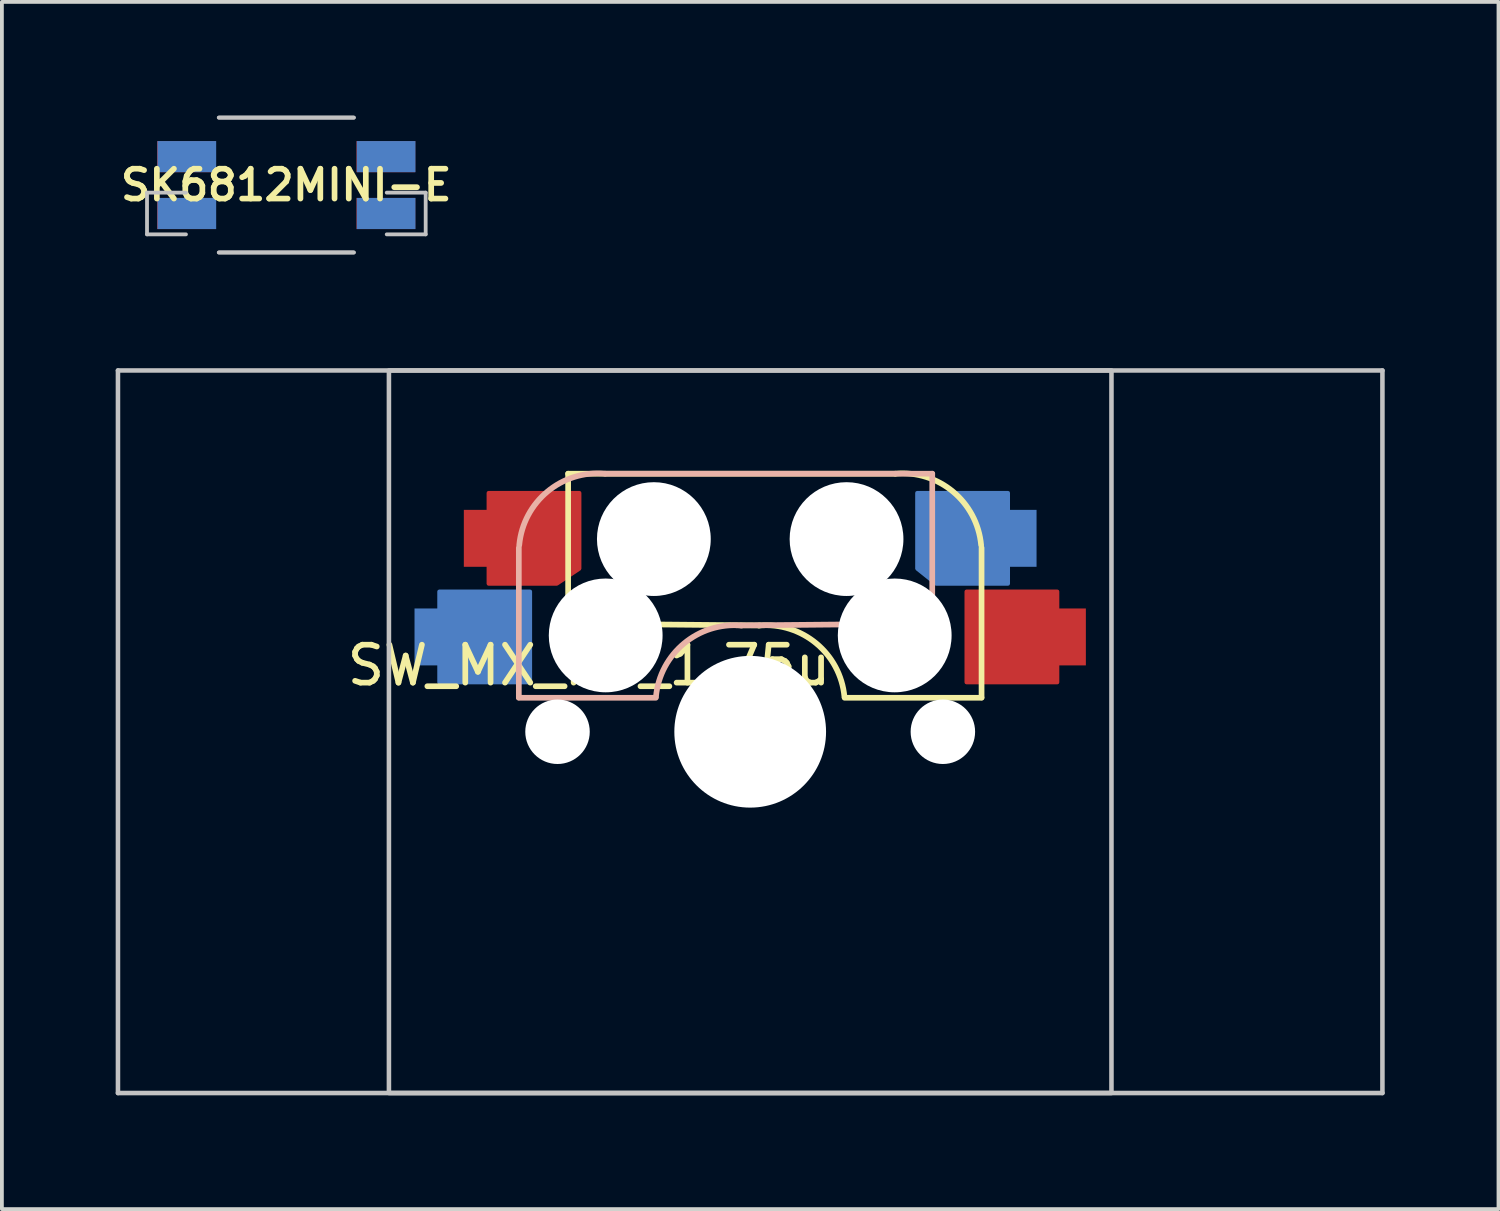
<source format=kicad_pcb>
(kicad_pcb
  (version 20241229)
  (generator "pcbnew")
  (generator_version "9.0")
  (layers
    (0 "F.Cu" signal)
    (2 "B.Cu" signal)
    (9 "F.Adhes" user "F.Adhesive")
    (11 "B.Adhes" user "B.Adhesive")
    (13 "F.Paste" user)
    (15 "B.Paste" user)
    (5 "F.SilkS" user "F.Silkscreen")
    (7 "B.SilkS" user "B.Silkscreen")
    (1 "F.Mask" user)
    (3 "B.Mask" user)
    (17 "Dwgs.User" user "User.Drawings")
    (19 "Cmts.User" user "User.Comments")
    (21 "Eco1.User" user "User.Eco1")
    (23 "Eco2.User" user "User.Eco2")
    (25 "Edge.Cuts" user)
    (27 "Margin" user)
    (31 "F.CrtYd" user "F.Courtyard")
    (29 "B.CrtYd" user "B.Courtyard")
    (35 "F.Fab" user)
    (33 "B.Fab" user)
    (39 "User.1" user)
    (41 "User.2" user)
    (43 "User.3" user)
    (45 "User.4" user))
  (footprint "SW_MX_HS_1.75u"
    (layer "F.Cu")
    (at 16.729 16.243)
    (property "Reference" "SW_MX_HS_1.75u" (at -4.25 -1.75 0) (layer "F.SilkS") (effects (font (size 1 1) (thickness 0.15))))
    (attr smd)
    (fp_line (start -4.8 -6.804) (end 3.825 -6.804) (stroke (width 0.15) (type solid)) (layer "F.SilkS"))
    (fp_line (start -4.8 -2.896) (end -4.8 -6.804) (stroke (width 0.15) (type solid)) (layer "F.SilkS"))
    (fp_line (start -4.8 -2.85) (end 0.25 -2.804) (stroke (width 0.15) (type solid)) (layer "F.SilkS"))
    (fp_line (start 6.1 -4.85) (end 6.1 -0.905) (stroke (width 0.15) (type solid)) (layer "F.SilkS"))
    (fp_line (start 6.1 -0.896) (end 2.49 -0.896) (stroke (width 0.15) (type solid)) (layer "F.SilkS"))
    (fp_arc (start 0.225 -2.8) (mid 1.74436 -2.328062) (end 2.485001 -0.920001) (stroke (width 0.15) (type solid)) (layer "F.SilkS"))
    (fp_arc (start 3.825 -6.804) (mid 5.347189 -6.33089) (end 6.089 -4.92) (stroke (width 0.15) (type solid)) (layer "F.SilkS"))
    (fp_line (start -6.1 -4.85) (end -6.1 -0.905) (stroke (width 0.15) (type solid)) (layer "B.SilkS"))
    (fp_line (start -6.1 -0.896) (end -2.49 -0.896) (stroke (width 0.15) (type solid)) (layer "B.SilkS"))
    (fp_line (start 4.8 -6.804) (end -3.825 -6.804) (stroke (width 0.15) (type solid)) (layer "B.SilkS"))
    (fp_line (start 4.8 -2.896) (end 4.8 -6.804) (stroke (width 0.15) (type solid)) (layer "B.SilkS"))
    (fp_line (start 4.8 -2.85) (end -0.25 -2.804) (stroke (width 0.15) (type solid)) (layer "B.SilkS"))
    (fp_arc (start -6.089 -4.92) (mid -5.347189 -6.33089) (end -3.825 -6.804) (stroke (width 0.15) (type solid)) (layer "B.SilkS"))
    (fp_arc (start -2.484999 -0.920001) (mid -1.74436 -2.328061) (end -0.225 -2.8) (stroke (width 0.15) (type solid)) (layer "B.SilkS"))
    (fp_line (start -16.669 -9.525) (end 16.669 -9.525) (stroke (width 0.12) (type solid)) (layer "Dwgs.User"))
    (fp_line (start -16.669 9.525) (end -16.669 -9.525) (stroke (width 0.12) (type solid)) (layer "Dwgs.User"))
    (fp_line (start 16.669 -9.525) (end 16.669 9.525) (stroke (width 0.12) (type solid)) (layer "Dwgs.User"))
    (fp_line (start 16.669 9.525) (end -16.669 9.525) (stroke (width 0.12) (type solid)) (layer "Dwgs.User"))
    (fp_rect (start -9.525 -9.525) (end 9.525 9.525) (stroke (width 0.12) (type solid)) (fill no) (layer "Dwgs.User"))
    (fp_line (start -7 -7) (end 7 -7) (stroke (width 0.15) (type solid)) (layer "Eco2.User"))
    (fp_line (start -7 7) (end -7 -7) (stroke (width 0.15) (type solid)) (layer "Eco2.User"))
    (fp_line (start 7 -7) (end 7 7) (stroke (width 0.15) (type solid)) (layer "Eco2.User"))
    (fp_line (start 7 7) (end -7 7) (stroke (width 0.15) (type solid)) (layer "Eco2.User"))
    (pad "" np_thru_hole circle (at -5.08 0) (size 1.7 1.7) (drill 1.7) (layers "*.Cu" "*.Mask"))
    (pad "" np_thru_hole circle (at -3.81 -2.54 180) (size 3 3) (drill 3) (layers "*.Cu" "*.Mask"))
    (pad "" np_thru_hole circle (at -2.54 -5.08 180) (size 3 3) (drill 3) (layers "*.Cu" "*.Mask"))
    (pad "" np_thru_hole circle (at 0 0 90) (size 4 4) (drill 4) (layers "*.Cu" "*.Mask"))
    (pad "" np_thru_hole circle (at 2.54 -5.08 180) (size 3 3) (drill 3) (layers "*.Cu" "*.Mask"))
    (pad "" np_thru_hole circle (at 3.81 -2.54 180) (size 3 3) (drill 3) (layers "*.Cu" "*.Mask"))
    (pad "" np_thru_hole circle (at 5.08 0) (size 1.7 1.7) (drill 1.7) (layers "*.Cu" "*.Mask"))
    (pad "1" smd custom (at -8.5 -2.5) (size 0.7 1.5) (layers "B.Cu" "B.Mask" "B.Paste") (options (anchor rect)) (primitives (gr_poly (pts (xy 0.3 -1.2) (xy 2.7 -1.2) (xy 2.7 1.2) (xy 0.3 1.2)) (width 0.1) (fill yes))))
    (pad "1" smd custom (at -7.2 -5.1) (size 0.7 1.5) (layers "F.Cu" "F.Mask" "F.Paste") (options (anchor rect)) (primitives (gr_poly (pts (xy 0.3 -1.2) (xy 0.3 1.2) (xy 2.1 1.2) (xy 2.7 0.8) (xy 2.7 -1.2)) (width 0.1) (fill yes))))
    (pad "2" smd custom (at 7.2 -5.1) (size 0.7 1.5) (layers "B.Cu" "B.Mask" "B.Paste") (options (anchor rect)) (primitives (gr_poly (pts (xy -0.4 -1.2) (xy -2.8 -1.2) (xy -2.8 0.8) (xy -2.3 1.2) (xy -0.4 1.2)) (width 0.1) (fill yes))))
    (pad "2" smd custom (at 8.5 -2.5) (size 0.7 1.5) (layers "F.Cu" "F.Mask" "F.Paste") (options (anchor rect)) (primitives (gr_poly (pts (xy -2.8 -1.2) (xy -0.4 -1.2) (xy -0.4 1.2) (xy -2.8 1.2)) (width 0.1) (fill yes)))))
  (footprint "SK6812MINI-E"
    (layer "F.Cu")
    (at 4.496 1.829)
    (property "Reference" "SK6812MINI-E" (at 0 0 0) (layer "F.SilkS") (effects (font (size 0.787 0.787) (thickness 0.15))))
    (attr smd)
    (fp_poly (pts (xy -1.75 -1.55) (xy 1.75 -1.55) (xy 1.75 1.55) (xy -1.75 1.55)) (stroke (width 0.01) (type solid)) (fill yes) (layer "F.Mask"))
    (fp_poly (pts (xy 1.757 -1.55) (xy -1.743 -1.55) (xy -1.743 1.55) (xy 1.757 1.55)) (stroke (width 0.01) (type solid)) (fill yes) (layer "F.Mask"))
    (fp_poly (pts (xy -1.75 -1.55) (xy 1.75 -1.55) (xy 1.75 1.55) (xy -1.75 1.55)) (stroke (width 0.01) (type solid)) (fill yes) (layer "B.Mask"))
    (fp_poly (pts (xy 1.757 -1.55) (xy -1.743 -1.55) (xy -1.743 1.55) (xy 1.757 1.55)) (stroke (width 0.01) (type solid)) (fill yes) (layer "B.Mask"))
    (fp_line (start -3.67 0.2) (end -2.643 0.2) (stroke (width 0.1) (type solid)) (layer "Dwgs.User"))
    (fp_line (start -3.67 1.3) (end -3.67 0.2) (stroke (width 0.1) (type solid)) (layer "Dwgs.User"))
    (fp_line (start -2.643 1.3) (end -3.67 1.3) (stroke (width 0.1) (type solid)) (layer "Dwgs.User"))
    (fp_line (start -1.778 -1.778) (end 1.778 -1.778) (stroke (width 0.102) (type solid)) (layer "Dwgs.User"))
    (fp_line (start -1.778 1.778) (end 1.778 1.778) (stroke (width 0.102) (type solid)) (layer "Dwgs.User"))
    (fp_line (start -1.75 -1.55) (end -1.75 1.55) (stroke (width 0.001) (type solid)) (layer "Dwgs.User"))
    (fp_line (start -1.75 1.55) (end 1.75 1.55) (stroke (width 0.001) (type solid)) (layer "Dwgs.User"))
    (fp_line (start -1.743 -1.55) (end 1.757 -1.55) (stroke (width 0.001) (type solid)) (layer "Dwgs.User"))
    (fp_line (start -1.743 1.55) (end -1.743 -1.55) (stroke (width 0.001) (type solid)) (layer "Dwgs.User"))
    (fp_line (start 1.75 -1.55) (end -1.75 -1.55) (stroke (width 0.001) (type solid)) (layer "Dwgs.User"))
    (fp_line (start 1.75 1.55) (end 1.75 -1.55) (stroke (width 0.001) (type solid)) (layer "Dwgs.User"))
    (fp_line (start 1.757 -1.55) (end 1.757 1.55) (stroke (width 0.001) (type solid)) (layer "Dwgs.User"))
    (fp_line (start 1.757 1.55) (end -1.743 1.55) (stroke (width 0.001) (type solid)) (layer "Dwgs.User"))
    (fp_line (start 1.785 -1.778) (end -1.771 -1.778) (stroke (width 0.102) (type solid)) (layer "Dwgs.User"))
    (fp_line (start 1.785 1.778) (end -1.771 1.778) (stroke (width 0.102) (type solid)) (layer "Dwgs.User"))
    (fp_line (start 2.65 1.3) (end 3.677 1.3) (stroke (width 0.1) (type solid)) (layer "Dwgs.User"))
    (fp_line (start 3.677 0.2) (end 2.65 0.2) (stroke (width 0.1) (type solid)) (layer "Dwgs.User"))
    (fp_line (start 3.677 1.3) (end 3.677 0.2) (stroke (width 0.1) (type solid)) (layer "Dwgs.User"))
    (pad "P$1" smd custom (at -2.628 -0.75) (size 1.35 0.635) (layers "F.Cu" "F.Mask" "F.Paste") (options (anchor rect)) (primitives (gr_poly (pts (xy 0.774 0.41) (xy -0.772 0.41) (xy -0.772 -0.41) (xy 0.774 -0.41)) (width 0.001) (fill yes))))
    (pad "P$1" smd custom (at 2.635 -0.75) (size 1.35 0.635) (layers "B.Cu" "B.Mask" "B.Paste") (options (anchor rect)) (primitives (gr_poly (pts (xy -0.774 0.41) (xy 0.772 0.41) (xy 0.772 -0.41) (xy -0.774 -0.41)) (width 0.001) (fill yes))))
    (pad "P$2" smd custom (at -2.628 0.75) (size 1.35 0.635) (layers "F.Cu" "F.Mask" "F.Paste") (options (anchor rect)) (primitives (gr_poly (pts (xy -0.772 -0.41) (xy -0.772 0.41) (xy 0.774 0.41) (xy 0.774 -0.41)) (width 0.001) (fill yes))))
    (pad "P$2" smd custom (at 2.635 0.75) (size 1.35 0.635) (layers "B.Cu" "B.Mask" "B.Paste") (options (anchor rect)) (primitives (gr_poly (pts (xy 0.772 -0.41) (xy 0.772 0.41) (xy -0.774 0.41) (xy -0.774 -0.41)) (width 0.001) (fill yes))))
    (pad "P$3" smd custom (at -2.621 0.75) (size 1.35 0.635) (layers "B.Cu" "B.Mask" "B.Paste") (options (anchor rect)) (primitives (gr_poly (pts (xy -0.772 -0.41) (xy -0.772 0.41) (xy 0.774 0.41) (xy 0.774 -0.41)) (width 0.001) (fill yes))))
    (pad "P$3" smd custom (at 2.628 0.75) (size 1.35 0.635) (layers "F.Cu" "F.Mask" "F.Paste") (options (anchor rect)) (primitives (gr_poly (pts (xy 0.772 -0.41) (xy 0.772 0.41) (xy -0.774 0.41) (xy -0.774 -0.41)) (width 0.001) (fill yes))))
    (pad "P$4" smd custom (at -2.621 -0.75) (size 1.35 0.635) (layers "B.Cu" "B.Mask" "B.Paste") (options (anchor rect)) (primitives (gr_poly (pts (xy 0.774 -0.41) (xy 0.774 0.41) (xy -0.772 0.41) (xy -0.772 -0.41)) (width 0.001) (fill yes))))
    (pad "P$4" smd custom (at 2.628 -0.75) (size 1.35 0.635) (layers "F.Cu" "F.Mask" "F.Paste") (options (anchor rect)) (primitives (gr_poly (pts (xy -0.774 -0.41) (xy -0.774 0.41) (xy 0.772 0.41) (xy 0.772 -0.41)) (width 0.001) (fill yes)))))
  (gr_rect
    (start -3 -3)
    (end 36.458 28.828)
    (stroke (width 0.1) (type default))
    (fill no)
    (layer "Edge.Cuts")))
</source>
